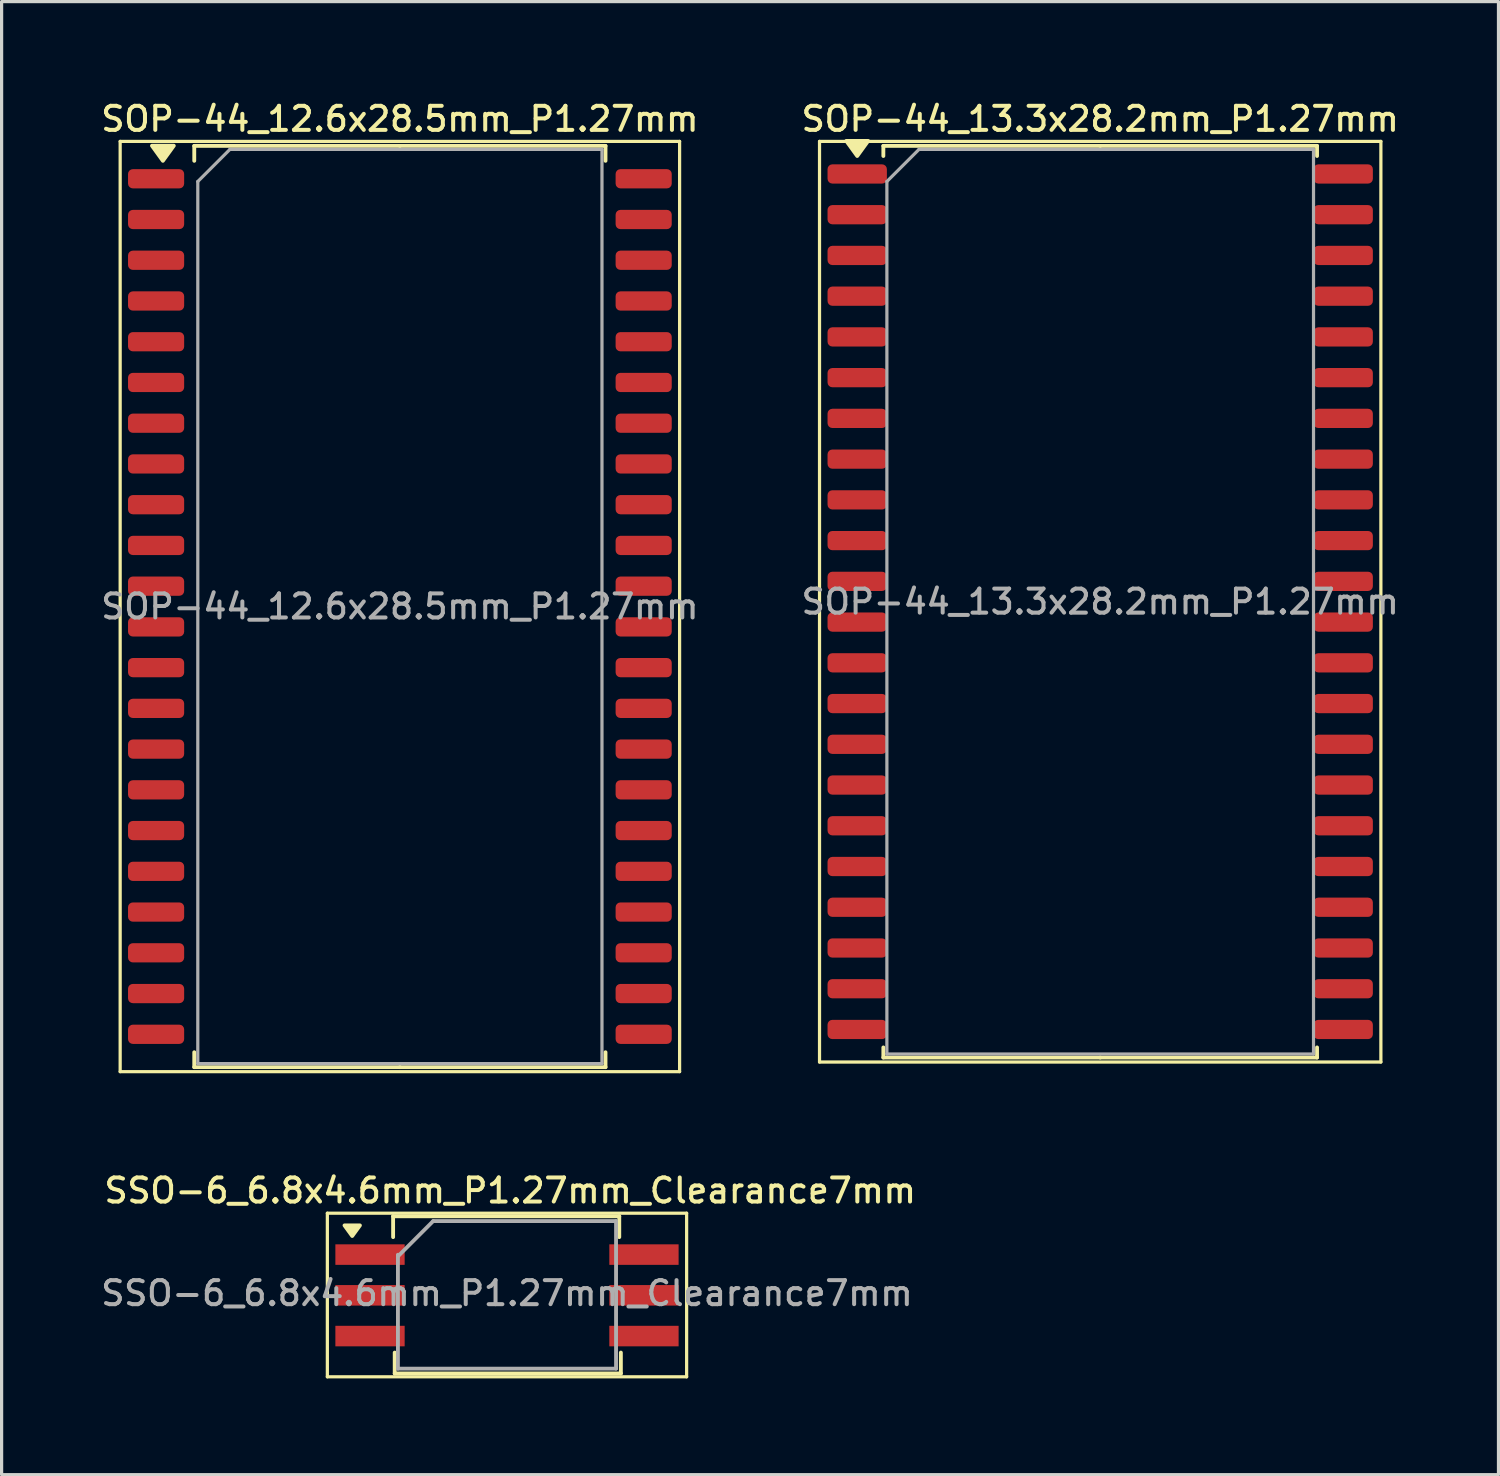
<source format=kicad_pcb>
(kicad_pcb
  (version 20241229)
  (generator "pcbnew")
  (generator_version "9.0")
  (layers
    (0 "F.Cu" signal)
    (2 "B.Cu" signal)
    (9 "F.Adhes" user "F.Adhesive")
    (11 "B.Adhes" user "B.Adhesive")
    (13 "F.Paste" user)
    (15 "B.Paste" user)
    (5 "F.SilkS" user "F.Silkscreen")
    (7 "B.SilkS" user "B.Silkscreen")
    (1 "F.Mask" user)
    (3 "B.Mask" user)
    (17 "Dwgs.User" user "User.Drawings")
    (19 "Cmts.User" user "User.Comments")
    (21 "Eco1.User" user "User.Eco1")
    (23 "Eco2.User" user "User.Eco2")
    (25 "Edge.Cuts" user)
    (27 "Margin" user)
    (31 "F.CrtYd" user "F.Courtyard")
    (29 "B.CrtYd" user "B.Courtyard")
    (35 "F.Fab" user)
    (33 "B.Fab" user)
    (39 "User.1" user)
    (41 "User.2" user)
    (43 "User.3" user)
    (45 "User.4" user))
  (footprint "SOP-44_12.6x28.5mm_P1.27mm"
    (layer "F.Cu")
    (at 9.416 15.858)
    (property "Reference" "SOP-44_12.6x28.5mm_P1.27mm" (at 0 -15.2 0) (layer "F.SilkS") (effects (font (size 0.75 0.75) (thickness 0.125))))
    (attr smd)
    (fp_line (start -8.72 -14.5) (end -8.72 14.5) (stroke (width 0.1) (type solid)) (layer "F.SilkS"))
    (fp_line (start -8.72 14.5) (end 8.72 14.5) (stroke (width 0.1) (type solid)) (layer "F.SilkS"))
    (fp_line (start -6.41 -14.36) (end -6.41 -13.895) (stroke (width 0.12) (type solid)) (layer "F.SilkS"))
    (fp_line (start -6.41 14.36) (end -6.41 13.895) (stroke (width 0.12) (type solid)) (layer "F.SilkS"))
    (fp_line (start 0 -14.36) (end -6.41 -14.36) (stroke (width 0.12) (type solid)) (layer "F.SilkS"))
    (fp_line (start 0 -14.36) (end 6.41 -14.36) (stroke (width 0.12) (type solid)) (layer "F.SilkS"))
    (fp_line (start 0 14.36) (end -6.41 14.36) (stroke (width 0.12) (type solid)) (layer "F.SilkS"))
    (fp_line (start 0 14.36) (end 6.41 14.36) (stroke (width 0.12) (type solid)) (layer "F.SilkS"))
    (fp_line (start 6.41 -14.36) (end 6.41 -13.895) (stroke (width 0.12) (type solid)) (layer "F.SilkS"))
    (fp_line (start 6.41 14.36) (end 6.41 13.895) (stroke (width 0.12) (type solid)) (layer "F.SilkS"))
    (fp_line (start 8.72 -14.5) (end -8.72 -14.5) (stroke (width 0.1) (type solid)) (layer "F.SilkS"))
    (fp_line (start 8.72 14.5) (end 8.72 -14.5) (stroke (width 0.1) (type solid)) (layer "F.SilkS"))
    (fp_poly (pts (xy -7.388 -13.895) (xy -7.728 -14.365) (xy -7.048 -14.365) (xy -7.388 -13.895)) (stroke (width 0.12) (type solid)) (fill yes) (layer "F.SilkS"))
    (fp_line (start -6.3 -13.25) (end -5.3 -14.25) (stroke (width 0.1) (type solid)) (layer "F.Fab"))
    (fp_line (start -6.3 14.25) (end -6.3 -13.25) (stroke (width 0.1) (type solid)) (layer "F.Fab"))
    (fp_line (start -5.3 -14.25) (end 6.3 -14.25) (stroke (width 0.1) (type solid)) (layer "F.Fab"))
    (fp_line (start 6.3 -14.25) (end 6.3 14.25) (stroke (width 0.1) (type solid)) (layer "F.Fab"))
    (fp_line (start 6.3 14.25) (end -6.3 14.25) (stroke (width 0.1) (type solid)) (layer "F.Fab"))
    (fp_text user "${REFERENCE}" (at 0 0 0) (layer "F.Fab") (effects (font (size 0.75 0.75) (thickness 0.125))))
    (pad "1" smd roundrect (at -7.6 -13.335) (size 1.75 0.6) (layers "F.Cu" "F.Mask" "F.Paste") (roundrect_rratio 0.25))
    (pad "2" smd roundrect (at -7.6 -12.065) (size 1.75 0.6) (layers "F.Cu" "F.Mask" "F.Paste") (roundrect_rratio 0.25))
    (pad "3" smd roundrect (at -7.6 -10.795) (size 1.75 0.6) (layers "F.Cu" "F.Mask" "F.Paste") (roundrect_rratio 0.25))
    (pad "4" smd roundrect (at -7.6 -9.525) (size 1.75 0.6) (layers "F.Cu" "F.Mask" "F.Paste") (roundrect_rratio 0.25))
    (pad "5" smd roundrect (at -7.6 -8.255) (size 1.75 0.6) (layers "F.Cu" "F.Mask" "F.Paste") (roundrect_rratio 0.25))
    (pad "6" smd roundrect (at -7.6 -6.985) (size 1.75 0.6) (layers "F.Cu" "F.Mask" "F.Paste") (roundrect_rratio 0.25))
    (pad "7" smd roundrect (at -7.6 -5.715) (size 1.75 0.6) (layers "F.Cu" "F.Mask" "F.Paste") (roundrect_rratio 0.25))
    (pad "8" smd roundrect (at -7.6 -4.445) (size 1.75 0.6) (layers "F.Cu" "F.Mask" "F.Paste") (roundrect_rratio 0.25))
    (pad "9" smd roundrect (at -7.6 -3.175) (size 1.75 0.6) (layers "F.Cu" "F.Mask" "F.Paste") (roundrect_rratio 0.25))
    (pad "10" smd roundrect (at -7.6 -1.905) (size 1.75 0.6) (layers "F.Cu" "F.Mask" "F.Paste") (roundrect_rratio 0.25))
    (pad "11" smd roundrect (at -7.6 -0.635) (size 1.75 0.6) (layers "F.Cu" "F.Mask" "F.Paste") (roundrect_rratio 0.25))
    (pad "12" smd roundrect (at -7.6 0.635) (size 1.75 0.6) (layers "F.Cu" "F.Mask" "F.Paste") (roundrect_rratio 0.25))
    (pad "13" smd roundrect (at -7.6 1.905) (size 1.75 0.6) (layers "F.Cu" "F.Mask" "F.Paste") (roundrect_rratio 0.25))
    (pad "14" smd roundrect (at -7.6 3.175) (size 1.75 0.6) (layers "F.Cu" "F.Mask" "F.Paste") (roundrect_rratio 0.25))
    (pad "15" smd roundrect (at -7.6 4.445) (size 1.75 0.6) (layers "F.Cu" "F.Mask" "F.Paste") (roundrect_rratio 0.25))
    (pad "16" smd roundrect (at -7.6 5.715) (size 1.75 0.6) (layers "F.Cu" "F.Mask" "F.Paste") (roundrect_rratio 0.25))
    (pad "17" smd roundrect (at -7.6 6.985) (size 1.75 0.6) (layers "F.Cu" "F.Mask" "F.Paste") (roundrect_rratio 0.25))
    (pad "18" smd roundrect (at -7.6 8.255) (size 1.75 0.6) (layers "F.Cu" "F.Mask" "F.Paste") (roundrect_rratio 0.25))
    (pad "19" smd roundrect (at -7.6 9.525) (size 1.75 0.6) (layers "F.Cu" "F.Mask" "F.Paste") (roundrect_rratio 0.25))
    (pad "20" smd roundrect (at -7.6 10.795) (size 1.75 0.6) (layers "F.Cu" "F.Mask" "F.Paste") (roundrect_rratio 0.25))
    (pad "21" smd roundrect (at -7.6 12.065) (size 1.75 0.6) (layers "F.Cu" "F.Mask" "F.Paste") (roundrect_rratio 0.25))
    (pad "22" smd roundrect (at -7.6 13.335) (size 1.75 0.6) (layers "F.Cu" "F.Mask" "F.Paste") (roundrect_rratio 0.25))
    (pad "23" smd roundrect (at 7.6 13.335) (size 1.75 0.6) (layers "F.Cu" "F.Mask" "F.Paste") (roundrect_rratio 0.25))
    (pad "24" smd roundrect (at 7.6 12.065) (size 1.75 0.6) (layers "F.Cu" "F.Mask" "F.Paste") (roundrect_rratio 0.25))
    (pad "25" smd roundrect (at 7.6 10.795) (size 1.75 0.6) (layers "F.Cu" "F.Mask" "F.Paste") (roundrect_rratio 0.25))
    (pad "26" smd roundrect (at 7.6 9.525) (size 1.75 0.6) (layers "F.Cu" "F.Mask" "F.Paste") (roundrect_rratio 0.25))
    (pad "27" smd roundrect (at 7.6 8.255) (size 1.75 0.6) (layers "F.Cu" "F.Mask" "F.Paste") (roundrect_rratio 0.25))
    (pad "28" smd roundrect (at 7.6 6.985) (size 1.75 0.6) (layers "F.Cu" "F.Mask" "F.Paste") (roundrect_rratio 0.25))
    (pad "29" smd roundrect (at 7.6 5.715) (size 1.75 0.6) (layers "F.Cu" "F.Mask" "F.Paste") (roundrect_rratio 0.25))
    (pad "30" smd roundrect (at 7.6 4.445) (size 1.75 0.6) (layers "F.Cu" "F.Mask" "F.Paste") (roundrect_rratio 0.25))
    (pad "31" smd roundrect (at 7.6 3.175) (size 1.75 0.6) (layers "F.Cu" "F.Mask" "F.Paste") (roundrect_rratio 0.25))
    (pad "32" smd roundrect (at 7.6 1.905) (size 1.75 0.6) (layers "F.Cu" "F.Mask" "F.Paste") (roundrect_rratio 0.25))
    (pad "33" smd roundrect (at 7.6 0.635) (size 1.75 0.6) (layers "F.Cu" "F.Mask" "F.Paste") (roundrect_rratio 0.25))
    (pad "34" smd roundrect (at 7.6 -0.635) (size 1.75 0.6) (layers "F.Cu" "F.Mask" "F.Paste") (roundrect_rratio 0.25))
    (pad "35" smd roundrect (at 7.6 -1.905) (size 1.75 0.6) (layers "F.Cu" "F.Mask" "F.Paste") (roundrect_rratio 0.25))
    (pad "36" smd roundrect (at 7.6 -3.175) (size 1.75 0.6) (layers "F.Cu" "F.Mask" "F.Paste") (roundrect_rratio 0.25))
    (pad "37" smd roundrect (at 7.6 -4.445) (size 1.75 0.6) (layers "F.Cu" "F.Mask" "F.Paste") (roundrect_rratio 0.25))
    (pad "38" smd roundrect (at 7.6 -5.715) (size 1.75 0.6) (layers "F.Cu" "F.Mask" "F.Paste") (roundrect_rratio 0.25))
    (pad "39" smd roundrect (at 7.6 -6.985) (size 1.75 0.6) (layers "F.Cu" "F.Mask" "F.Paste") (roundrect_rratio 0.25))
    (pad "40" smd roundrect (at 7.6 -8.255) (size 1.75 0.6) (layers "F.Cu" "F.Mask" "F.Paste") (roundrect_rratio 0.25))
    (pad "41" smd roundrect (at 7.6 -9.525) (size 1.75 0.6) (layers "F.Cu" "F.Mask" "F.Paste") (roundrect_rratio 0.25))
    (pad "42" smd roundrect (at 7.6 -10.795) (size 1.75 0.6) (layers "F.Cu" "F.Mask" "F.Paste") (roundrect_rratio 0.25))
    (pad "43" smd roundrect (at 7.6 -12.065) (size 1.75 0.6) (layers "F.Cu" "F.Mask" "F.Paste") (roundrect_rratio 0.25))
    (pad "44" smd roundrect (at 7.6 -13.335) (size 1.75 0.6) (layers "F.Cu" "F.Mask" "F.Paste") (roundrect_rratio 0.25)))
  (footprint "SOP-44_13.3x28.2mm_P1.27mm"
    (layer "F.Cu")
    (at 31.248 15.708)
    (property "Reference" "SOP-44_13.3x28.2mm_P1.27mm" (at 0 -15.05 0) (layer "F.SilkS") (effects (font (size 0.75 0.75) (thickness 0.125))))
    (attr smd)
    (fp_line (start -8.75 -14.35) (end -8.75 14.35) (stroke (width 0.1) (type solid)) (layer "F.SilkS"))
    (fp_line (start -8.75 14.35) (end 8.75 14.35) (stroke (width 0.1) (type solid)) (layer "F.SilkS"))
    (fp_line (start -6.76 -14.21) (end -6.76 -13.895) (stroke (width 0.12) (type solid)) (layer "F.SilkS"))
    (fp_line (start -6.76 14.21) (end -6.76 13.895) (stroke (width 0.12) (type solid)) (layer "F.SilkS"))
    (fp_line (start 0 -14.21) (end -6.76 -14.21) (stroke (width 0.12) (type solid)) (layer "F.SilkS"))
    (fp_line (start 0 -14.21) (end 6.76 -14.21) (stroke (width 0.12) (type solid)) (layer "F.SilkS"))
    (fp_line (start 0 14.21) (end -6.76 14.21) (stroke (width 0.12) (type solid)) (layer "F.SilkS"))
    (fp_line (start 0 14.21) (end 6.76 14.21) (stroke (width 0.12) (type solid)) (layer "F.SilkS"))
    (fp_line (start 6.76 -14.21) (end 6.76 -13.895) (stroke (width 0.12) (type solid)) (layer "F.SilkS"))
    (fp_line (start 6.76 14.21) (end 6.76 13.895) (stroke (width 0.12) (type solid)) (layer "F.SilkS"))
    (fp_line (start 8.75 -14.35) (end -8.75 -14.35) (stroke (width 0.1) (type solid)) (layer "F.SilkS"))
    (fp_line (start 8.75 14.35) (end 8.75 -14.35) (stroke (width 0.1) (type solid)) (layer "F.SilkS"))
    (fp_poly (pts (xy -7.575 -13.895) (xy -7.915 -14.365) (xy -7.235 -14.365) (xy -7.575 -13.895)) (stroke (width 0.12) (type solid)) (fill yes) (layer "F.SilkS"))
    (fp_line (start -6.65 -13.1) (end -5.65 -14.1) (stroke (width 0.1) (type solid)) (layer "F.Fab"))
    (fp_line (start -6.65 14.1) (end -6.65 -13.1) (stroke (width 0.1) (type solid)) (layer "F.Fab"))
    (fp_line (start -5.65 -14.1) (end 6.65 -14.1) (stroke (width 0.1) (type solid)) (layer "F.Fab"))
    (fp_line (start 6.65 -14.1) (end 6.65 14.1) (stroke (width 0.1) (type solid)) (layer "F.Fab"))
    (fp_line (start 6.65 14.1) (end -6.65 14.1) (stroke (width 0.1) (type solid)) (layer "F.Fab"))
    (fp_text user "${REFERENCE}" (at 0 0 0) (layer "F.Fab") (effects (font (size 0.75 0.75) (thickness 0.125))))
    (pad "1" smd roundrect (at -7.575 -13.335) (size 1.85 0.6) (layers "F.Cu" "F.Mask" "F.Paste") (roundrect_rratio 0.25))
    (pad "2" smd roundrect (at -7.575 -12.065) (size 1.85 0.6) (layers "F.Cu" "F.Mask" "F.Paste") (roundrect_rratio 0.25))
    (pad "3" smd roundrect (at -7.575 -10.795) (size 1.85 0.6) (layers "F.Cu" "F.Mask" "F.Paste") (roundrect_rratio 0.25))
    (pad "4" smd roundrect (at -7.575 -9.525) (size 1.85 0.6) (layers "F.Cu" "F.Mask" "F.Paste") (roundrect_rratio 0.25))
    (pad "5" smd roundrect (at -7.575 -8.255) (size 1.85 0.6) (layers "F.Cu" "F.Mask" "F.Paste") (roundrect_rratio 0.25))
    (pad "6" smd roundrect (at -7.575 -6.985) (size 1.85 0.6) (layers "F.Cu" "F.Mask" "F.Paste") (roundrect_rratio 0.25))
    (pad "7" smd roundrect (at -7.575 -5.715) (size 1.85 0.6) (layers "F.Cu" "F.Mask" "F.Paste") (roundrect_rratio 0.25))
    (pad "8" smd roundrect (at -7.575 -4.445) (size 1.85 0.6) (layers "F.Cu" "F.Mask" "F.Paste") (roundrect_rratio 0.25))
    (pad "9" smd roundrect (at -7.575 -3.175) (size 1.85 0.6) (layers "F.Cu" "F.Mask" "F.Paste") (roundrect_rratio 0.25))
    (pad "10" smd roundrect (at -7.575 -1.905) (size 1.85 0.6) (layers "F.Cu" "F.Mask" "F.Paste") (roundrect_rratio 0.25))
    (pad "11" smd roundrect (at -7.575 -0.635) (size 1.85 0.6) (layers "F.Cu" "F.Mask" "F.Paste") (roundrect_rratio 0.25))
    (pad "12" smd roundrect (at -7.575 0.635) (size 1.85 0.6) (layers "F.Cu" "F.Mask" "F.Paste") (roundrect_rratio 0.25))
    (pad "13" smd roundrect (at -7.575 1.905) (size 1.85 0.6) (layers "F.Cu" "F.Mask" "F.Paste") (roundrect_rratio 0.25))
    (pad "14" smd roundrect (at -7.575 3.175) (size 1.85 0.6) (layers "F.Cu" "F.Mask" "F.Paste") (roundrect_rratio 0.25))
    (pad "15" smd roundrect (at -7.575 4.445) (size 1.85 0.6) (layers "F.Cu" "F.Mask" "F.Paste") (roundrect_rratio 0.25))
    (pad "16" smd roundrect (at -7.575 5.715) (size 1.85 0.6) (layers "F.Cu" "F.Mask" "F.Paste") (roundrect_rratio 0.25))
    (pad "17" smd roundrect (at -7.575 6.985) (size 1.85 0.6) (layers "F.Cu" "F.Mask" "F.Paste") (roundrect_rratio 0.25))
    (pad "18" smd roundrect (at -7.575 8.255) (size 1.85 0.6) (layers "F.Cu" "F.Mask" "F.Paste") (roundrect_rratio 0.25))
    (pad "19" smd roundrect (at -7.575 9.525) (size 1.85 0.6) (layers "F.Cu" "F.Mask" "F.Paste") (roundrect_rratio 0.25))
    (pad "20" smd roundrect (at -7.575 10.795) (size 1.85 0.6) (layers "F.Cu" "F.Mask" "F.Paste") (roundrect_rratio 0.25))
    (pad "21" smd roundrect (at -7.575 12.065) (size 1.85 0.6) (layers "F.Cu" "F.Mask" "F.Paste") (roundrect_rratio 0.25))
    (pad "22" smd roundrect (at -7.575 13.335) (size 1.85 0.6) (layers "F.Cu" "F.Mask" "F.Paste") (roundrect_rratio 0.25))
    (pad "23" smd roundrect (at 7.575 13.335) (size 1.85 0.6) (layers "F.Cu" "F.Mask" "F.Paste") (roundrect_rratio 0.25))
    (pad "24" smd roundrect (at 7.575 12.065) (size 1.85 0.6) (layers "F.Cu" "F.Mask" "F.Paste") (roundrect_rratio 0.25))
    (pad "25" smd roundrect (at 7.575 10.795) (size 1.85 0.6) (layers "F.Cu" "F.Mask" "F.Paste") (roundrect_rratio 0.25))
    (pad "26" smd roundrect (at 7.575 9.525) (size 1.85 0.6) (layers "F.Cu" "F.Mask" "F.Paste") (roundrect_rratio 0.25))
    (pad "27" smd roundrect (at 7.575 8.255) (size 1.85 0.6) (layers "F.Cu" "F.Mask" "F.Paste") (roundrect_rratio 0.25))
    (pad "28" smd roundrect (at 7.575 6.985) (size 1.85 0.6) (layers "F.Cu" "F.Mask" "F.Paste") (roundrect_rratio 0.25))
    (pad "29" smd roundrect (at 7.575 5.715) (size 1.85 0.6) (layers "F.Cu" "F.Mask" "F.Paste") (roundrect_rratio 0.25))
    (pad "30" smd roundrect (at 7.575 4.445) (size 1.85 0.6) (layers "F.Cu" "F.Mask" "F.Paste") (roundrect_rratio 0.25))
    (pad "31" smd roundrect (at 7.575 3.175) (size 1.85 0.6) (layers "F.Cu" "F.Mask" "F.Paste") (roundrect_rratio 0.25))
    (pad "32" smd roundrect (at 7.575 1.905) (size 1.85 0.6) (layers "F.Cu" "F.Mask" "F.Paste") (roundrect_rratio 0.25))
    (pad "33" smd roundrect (at 7.575 0.635) (size 1.85 0.6) (layers "F.Cu" "F.Mask" "F.Paste") (roundrect_rratio 0.25))
    (pad "34" smd roundrect (at 7.575 -0.635) (size 1.85 0.6) (layers "F.Cu" "F.Mask" "F.Paste") (roundrect_rratio 0.25))
    (pad "35" smd roundrect (at 7.575 -1.905) (size 1.85 0.6) (layers "F.Cu" "F.Mask" "F.Paste") (roundrect_rratio 0.25))
    (pad "36" smd roundrect (at 7.575 -3.175) (size 1.85 0.6) (layers "F.Cu" "F.Mask" "F.Paste") (roundrect_rratio 0.25))
    (pad "37" smd roundrect (at 7.575 -4.445) (size 1.85 0.6) (layers "F.Cu" "F.Mask" "F.Paste") (roundrect_rratio 0.25))
    (pad "38" smd roundrect (at 7.575 -5.715) (size 1.85 0.6) (layers "F.Cu" "F.Mask" "F.Paste") (roundrect_rratio 0.25))
    (pad "39" smd roundrect (at 7.575 -6.985) (size 1.85 0.6) (layers "F.Cu" "F.Mask" "F.Paste") (roundrect_rratio 0.25))
    (pad "40" smd roundrect (at 7.575 -8.255) (size 1.85 0.6) (layers "F.Cu" "F.Mask" "F.Paste") (roundrect_rratio 0.25))
    (pad "41" smd roundrect (at 7.575 -9.525) (size 1.85 0.6) (layers "F.Cu" "F.Mask" "F.Paste") (roundrect_rratio 0.25))
    (pad "42" smd roundrect (at 7.575 -10.795) (size 1.85 0.6) (layers "F.Cu" "F.Mask" "F.Paste") (roundrect_rratio 0.25))
    (pad "43" smd roundrect (at 7.575 -12.065) (size 1.85 0.6) (layers "F.Cu" "F.Mask" "F.Paste") (roundrect_rratio 0.25))
    (pad "44" smd roundrect (at 7.575 -13.335) (size 1.85 0.6) (layers "F.Cu" "F.Mask" "F.Paste") (roundrect_rratio 0.25)))
  (footprint "SSO-6_6.8x4.6mm_P1.27mm_Clearance7mm"
    (layer "F.Cu")
    (at 12.755 37.331)
    (property "Reference" "SSO-6_6.8x4.6mm_P1.27mm_Clearance7mm" (at 0.1 -3.265 0) (layer "F.SilkS") (effects (font (size 0.75 0.75) (thickness 0.125))))
    (attr smd)
    (fp_line (start -5.6 -2.56) (end -5.6 2.54) (stroke (width 0.1) (type solid)) (layer "F.SilkS"))
    (fp_line (start -5.6 -2.56) (end 5.6 -2.56) (stroke (width 0.1) (type solid)) (layer "F.SilkS"))
    (fp_line (start -3.55 -2.465) (end -3.55 -1.815) (stroke (width 0.12) (type solid)) (layer "F.SilkS"))
    (fp_line (start -3.5 1.785) (end -3.5 2.435) (stroke (width 0.12) (type solid)) (layer "F.SilkS"))
    (fp_line (start -3.5 2.435) (end 3.55 2.435) (stroke (width 0.12) (type solid)) (layer "F.SilkS"))
    (fp_line (start 3.5 -2.465) (end -3.55 -2.465) (stroke (width 0.12) (type solid)) (layer "F.SilkS"))
    (fp_line (start 3.5 -2.465) (end 3.5 -1.815) (stroke (width 0.12) (type solid)) (layer "F.SilkS"))
    (fp_line (start 3.55 1.785) (end 3.55 2.435) (stroke (width 0.12) (type solid)) (layer "F.SilkS"))
    (fp_line (start 5.6 2.54) (end -5.6 2.54) (stroke (width 0.1) (type solid)) (layer "F.SilkS"))
    (fp_line (start 5.6 2.54) (end 5.6 -2.56) (stroke (width 0.1) (type solid)) (layer "F.SilkS"))
    (fp_poly (pts (xy -4.825 -1.85) (xy -5.065 -2.18) (xy -4.585 -2.18) (xy -4.825 -1.85)) (stroke (width 0.12) (type solid)) (fill yes) (layer "F.SilkS"))
    (fp_line (start -3.4 2.285) (end -3.4 -1.265) (stroke (width 0.12) (type solid)) (layer "F.Fab"))
    (fp_line (start -2.3 -2.315) (end -3.4 -1.215) (stroke (width 0.12) (type solid)) (layer "F.Fab"))
    (fp_line (start 3.4 -2.315) (end -2.3 -2.315) (stroke (width 0.12) (type solid)) (layer "F.Fab"))
    (fp_line (start 3.4 -2.315) (end 3.4 2.285) (stroke (width 0.12) (type solid)) (layer "F.Fab"))
    (fp_line (start 3.4 2.285) (end -3.4 2.285) (stroke (width 0.12) (type solid)) (layer "F.Fab"))
    (fp_text user "${REFERENCE}" (at 0 -0.065 0) (layer "F.Fab") (effects (font (size 0.75 0.75) (thickness 0.125))))
    (pad "1" smd rect (at -4.27 -1.27) (size 2.16 0.64) (layers "F.Cu" "F.Mask" "F.Paste"))
    (pad "2" smd rect (at -4.27 0) (size 2.16 0.64) (layers "F.Cu" "F.Mask" "F.Paste"))
    (pad "3" smd rect (at -4.27 1.27) (size 2.16 0.64) (layers "F.Cu" "F.Mask" "F.Paste"))
    (pad "4" smd rect (at 4.27 1.27) (size 2.16 0.64) (layers "F.Cu" "F.Mask" "F.Paste"))
    (pad "5" smd rect (at 4.27 0) (size 2.16 0.64) (layers "F.Cu" "F.Mask" "F.Paste"))
    (pad "6" smd rect (at 4.27 -1.27) (size 2.16 0.64) (layers "F.Cu" "F.Mask" "F.Paste")))
  (gr_rect
    (start -3 -3)
    (end 43.664 42.921)
    (stroke (width 0.1) (type default))
    (fill no)
    (layer "Edge.Cuts")))
</source>
